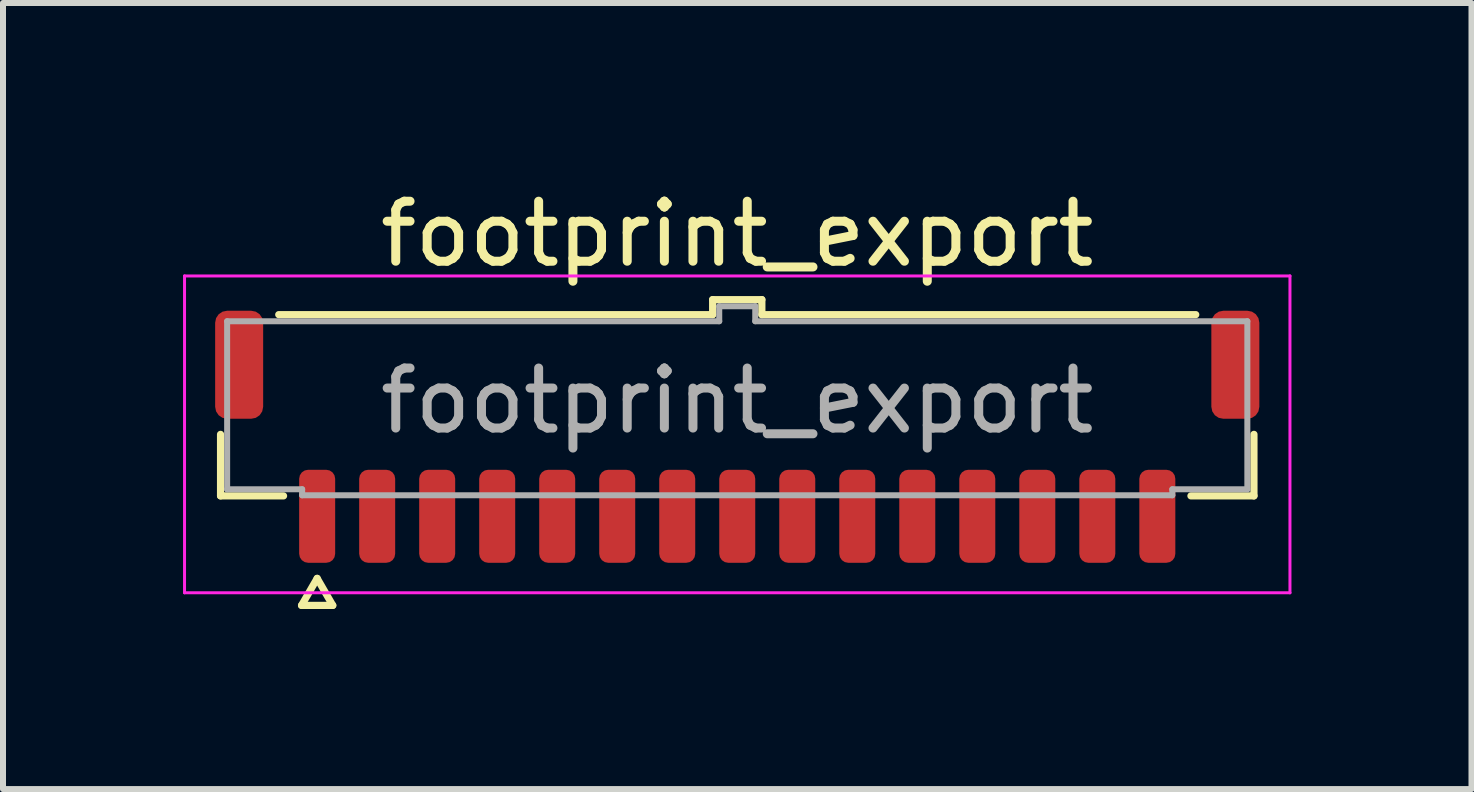
<source format=kicad_pcb>
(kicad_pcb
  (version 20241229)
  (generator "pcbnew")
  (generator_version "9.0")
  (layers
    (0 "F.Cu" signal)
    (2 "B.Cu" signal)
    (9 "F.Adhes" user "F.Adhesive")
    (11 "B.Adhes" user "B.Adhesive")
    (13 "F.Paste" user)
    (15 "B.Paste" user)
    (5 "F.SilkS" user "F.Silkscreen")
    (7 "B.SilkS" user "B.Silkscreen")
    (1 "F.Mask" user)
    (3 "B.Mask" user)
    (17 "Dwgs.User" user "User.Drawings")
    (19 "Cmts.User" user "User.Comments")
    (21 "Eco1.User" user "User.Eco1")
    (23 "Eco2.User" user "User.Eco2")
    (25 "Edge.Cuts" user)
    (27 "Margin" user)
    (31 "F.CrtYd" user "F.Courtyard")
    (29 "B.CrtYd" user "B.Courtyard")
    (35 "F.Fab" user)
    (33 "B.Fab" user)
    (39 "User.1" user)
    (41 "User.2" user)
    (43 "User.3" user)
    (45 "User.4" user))
  (footprint "footprint_export"
    (layer "F.Cu")
    (at 9.235 3.628)
    (property "Reference" "footprint_export" (at 0 -2.78 0) (layer "F.SilkS") (effects (font (size 1 1) (thickness 0.15))))
    (attr smd)
    (fp_line (start -8.61 1.585) (end -8.61 0.56) (stroke (width 0.12) (type solid)) (layer "F.SilkS"))
    (fp_line (start -7.64 -1.435) (end -0.41 -1.435) (stroke (width 0.12) (type solid)) (layer "F.SilkS"))
    (fp_line (start -7.56 1.585) (end -8.61 1.585) (stroke (width 0.12) (type solid)) (layer "F.SilkS"))
    (fp_line (start -7.26 3.41) (end -7 2.96) (stroke (width 0.12) (type solid)) (layer "F.SilkS"))
    (fp_line (start -7 2.96) (end -6.74 3.41) (stroke (width 0.12) (type solid)) (layer "F.SilkS"))
    (fp_line (start -6.74 3.41) (end -7.26 3.41) (stroke (width 0.12) (type solid)) (layer "F.SilkS"))
    (fp_line (start -0.41 -1.685) (end 0.41 -1.685) (stroke (width 0.12) (type solid)) (layer "F.SilkS"))
    (fp_line (start -0.41 -1.435) (end -0.41 -1.685) (stroke (width 0.12) (type solid)) (layer "F.SilkS"))
    (fp_line (start 0.41 -1.685) (end 0.41 -1.435) (stroke (width 0.12) (type solid)) (layer "F.SilkS"))
    (fp_line (start 0.41 -1.435) (end 7.64 -1.435) (stroke (width 0.12) (type solid)) (layer "F.SilkS"))
    (fp_line (start 8.61 0.56) (end 8.61 1.585) (stroke (width 0.12) (type solid)) (layer "F.SilkS"))
    (fp_line (start 8.61 1.585) (end 7.56 1.585) (stroke (width 0.12) (type solid)) (layer "F.SilkS"))
    (fp_line (start -9.21 -2.08) (end -9.21 3.2) (stroke (width 0.05) (type solid)) (layer "F.CrtYd"))
    (fp_line (start -9.21 3.2) (end 9.21 3.2) (stroke (width 0.05) (type solid)) (layer "F.CrtYd"))
    (fp_line (start 9.21 -2.08) (end -9.21 -2.08) (stroke (width 0.05) (type solid)) (layer "F.CrtYd"))
    (fp_line (start 9.21 3.2) (end 9.21 -2.08) (stroke (width 0.05) (type solid)) (layer "F.CrtYd"))
    (fp_line (start -8.5 -1.325) (end -0.3 -1.325) (stroke (width 0.1) (type solid)) (layer "F.Fab"))
    (fp_line (start -8.5 1.475) (end -8.5 -1.325) (stroke (width 0.1) (type solid)) (layer "F.Fab"))
    (fp_line (start -7.25 1.475) (end -8.5 1.475) (stroke (width 0.1) (type solid)) (layer "F.Fab"))
    (fp_line (start -7.25 1.575) (end -7.25 1.475) (stroke (width 0.1) (type solid)) (layer "F.Fab"))
    (fp_line (start -0.3 -1.575) (end 0.3 -1.575) (stroke (width 0.1) (type solid)) (layer "F.Fab"))
    (fp_line (start -0.3 -1.325) (end -0.3 -1.575) (stroke (width 0.1) (type solid)) (layer "F.Fab"))
    (fp_line (start 0.3 -1.575) (end 0.3 -1.325) (stroke (width 0.1) (type solid)) (layer "F.Fab"))
    (fp_line (start 0.3 -1.325) (end 8.5 -1.325) (stroke (width 0.1) (type solid)) (layer "F.Fab"))
    (fp_line (start 7.25 1.475) (end 7.25 1.575) (stroke (width 0.1) (type solid)) (layer "F.Fab"))
    (fp_line (start 7.25 1.575) (end -7.25 1.575) (stroke (width 0.1) (type solid)) (layer "F.Fab"))
    (fp_line (start 8.5 -1.325) (end 8.5 1.475) (stroke (width 0.1) (type solid)) (layer "F.Fab"))
    (fp_line (start 8.5 1.475) (end 7.25 1.475) (stroke (width 0.1) (type solid)) (layer "F.Fab"))
    (fp_text user "${REFERENCE}" (at 0 0 0) (layer "F.Fab") (effects (font (size 1 1) (thickness 0.15))))
    (pad "1" smd roundrect (at -7 1.925) (size 0.6 1.55) (layers "F.Cu" "F.Mask" "F.Paste") (roundrect_rratio 0.25))
    (pad "2" smd roundrect (at -6 1.925) (size 0.6 1.55) (layers "F.Cu" "F.Mask" "F.Paste") (roundrect_rratio 0.25))
    (pad "3" smd roundrect (at -5 1.925) (size 0.6 1.55) (layers "F.Cu" "F.Mask" "F.Paste") (roundrect_rratio 0.25))
    (pad "4" smd roundrect (at -4 1.925) (size 0.6 1.55) (layers "F.Cu" "F.Mask" "F.Paste") (roundrect_rratio 0.25))
    (pad "5" smd roundrect (at -3 1.925) (size 0.6 1.55) (layers "F.Cu" "F.Mask" "F.Paste") (roundrect_rratio 0.25))
    (pad "6" smd roundrect (at -2 1.925) (size 0.6 1.55) (layers "F.Cu" "F.Mask" "F.Paste") (roundrect_rratio 0.25))
    (pad "7" smd roundrect (at -1 1.925) (size 0.6 1.55) (layers "F.Cu" "F.Mask" "F.Paste") (roundrect_rratio 0.25))
    (pad "8" smd roundrect (at 0 1.925) (size 0.6 1.55) (layers "F.Cu" "F.Mask" "F.Paste") (roundrect_rratio 0.25))
    (pad "9" smd roundrect (at 1 1.925) (size 0.6 1.55) (layers "F.Cu" "F.Mask" "F.Paste") (roundrect_rratio 0.25))
    (pad "10" smd roundrect (at 2 1.925) (size 0.6 1.55) (layers "F.Cu" "F.Mask" "F.Paste") (roundrect_rratio 0.25))
    (pad "11" smd roundrect (at 3 1.925) (size 0.6 1.55) (layers "F.Cu" "F.Mask" "F.Paste") (roundrect_rratio 0.25))
    (pad "12" smd roundrect (at 4 1.925) (size 0.6 1.55) (layers "F.Cu" "F.Mask" "F.Paste") (roundrect_rratio 0.25))
    (pad "13" smd roundrect (at 5 1.925) (size 0.6 1.55) (layers "F.Cu" "F.Mask" "F.Paste") (roundrect_rratio 0.25))
    (pad "14" smd roundrect (at 6 1.925) (size 0.6 1.55) (layers "F.Cu" "F.Mask" "F.Paste") (roundrect_rratio 0.25))
    (pad "15" smd roundrect (at 7 1.925) (size 0.6 1.55) (layers "F.Cu" "F.Mask" "F.Paste") (roundrect_rratio 0.25))
    (pad "MP" smd roundrect (at -8.3 -0.6) (size 0.8 1.8) (layers "F.Cu" "F.Mask" "F.Paste") (roundrect_rratio 0.25))
    (pad "MP" smd roundrect (at 8.3 -0.6) (size 0.8 1.8) (layers "F.Cu" "F.Mask" "F.Paste") (roundrect_rratio 0.25)))
  (gr_rect
    (start -3 -3)
    (end 21.47 10.098)
    (stroke (width 0.1) (type default))
    (fill no)
    (layer "Edge.Cuts")))
</source>
